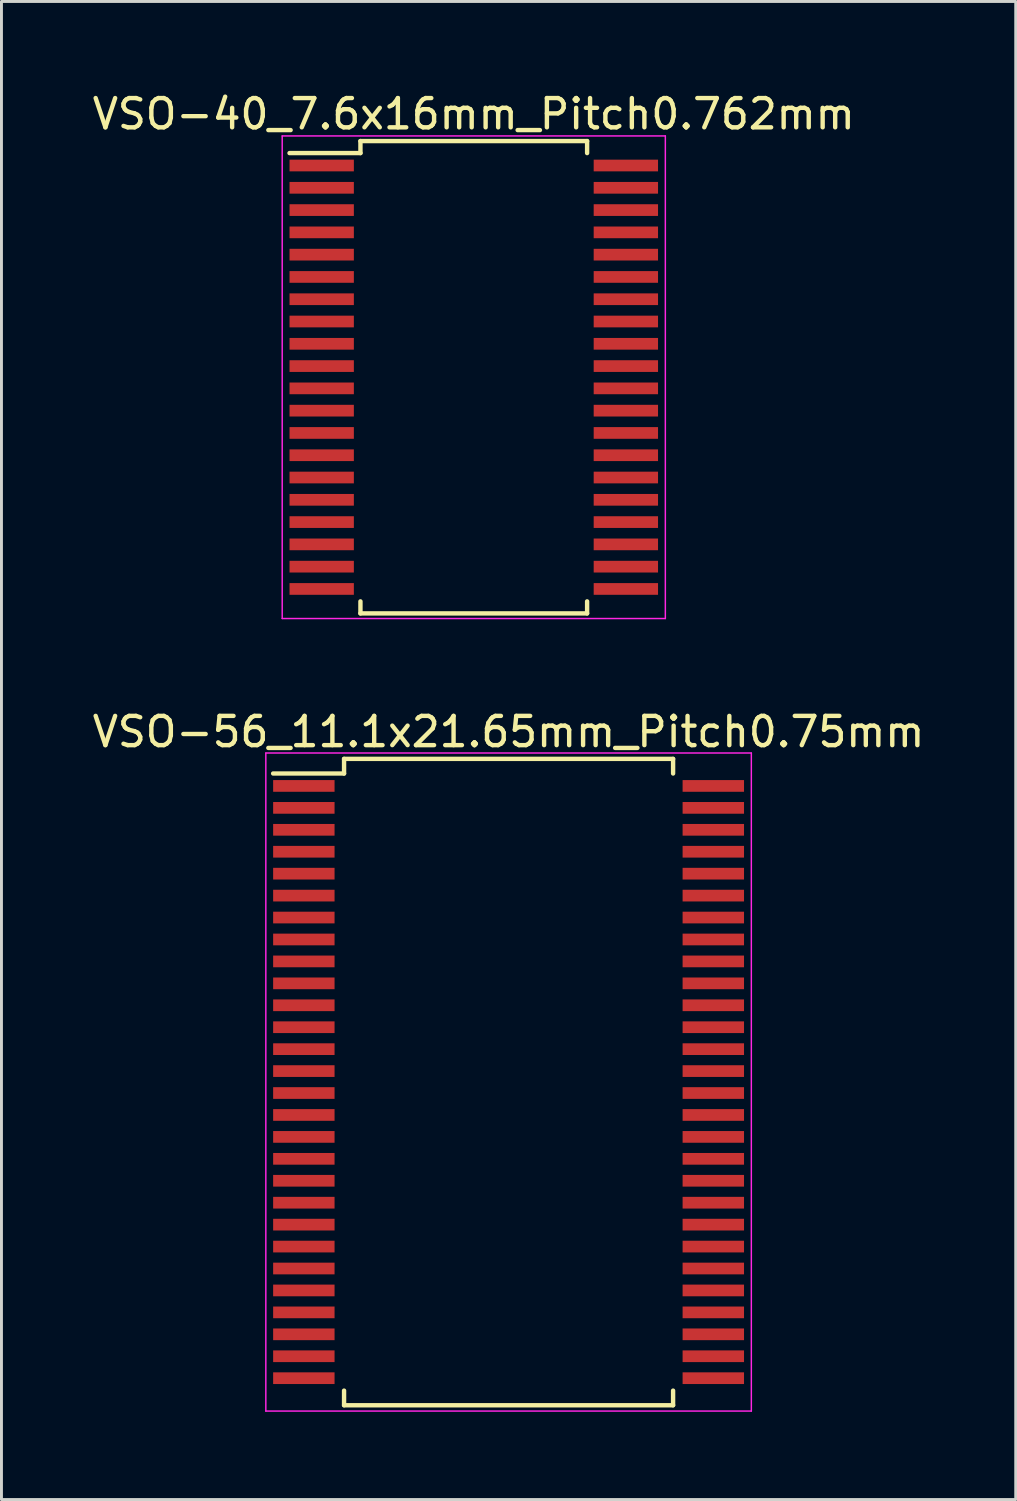
<source format=kicad_pcb>
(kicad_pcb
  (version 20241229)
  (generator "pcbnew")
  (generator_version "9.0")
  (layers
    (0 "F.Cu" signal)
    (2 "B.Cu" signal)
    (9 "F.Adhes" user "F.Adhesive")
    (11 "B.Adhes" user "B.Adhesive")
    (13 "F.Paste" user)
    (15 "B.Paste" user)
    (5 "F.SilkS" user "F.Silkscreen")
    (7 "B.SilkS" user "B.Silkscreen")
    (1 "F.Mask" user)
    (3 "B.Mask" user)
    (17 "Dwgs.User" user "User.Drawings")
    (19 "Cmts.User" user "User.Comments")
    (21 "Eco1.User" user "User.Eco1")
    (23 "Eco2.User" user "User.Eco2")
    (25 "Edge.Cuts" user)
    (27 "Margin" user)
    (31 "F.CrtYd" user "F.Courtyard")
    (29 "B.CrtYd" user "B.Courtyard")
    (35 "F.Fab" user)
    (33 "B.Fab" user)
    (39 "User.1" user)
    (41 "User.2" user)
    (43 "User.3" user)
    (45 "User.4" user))
  (footprint "VSO-40_7.6x16mm_Pitch0.762mm"
    (layer "F.Cu")
    (at 13.149 9.848)
    (property "Reference" "VSO-40_7.6x16mm_Pitch0.762mm" (at 0 -9 0) (layer "F.SilkS") (effects (font (size 1 1) (thickness 0.15))))
    (attr smd)
    (fp_line (start -3.875 -8.075) (end -3.875 -7.664) (stroke (width 0.15) (type solid)) (layer "F.SilkS"))
    (fp_line (start -3.875 -8.075) (end 3.875 -8.075) (stroke (width 0.15) (type solid)) (layer "F.SilkS"))
    (fp_line (start -3.875 -7.664) (end -6.3 -7.664) (stroke (width 0.15) (type solid)) (layer "F.SilkS"))
    (fp_line (start -3.875 8.075) (end -3.875 7.664) (stroke (width 0.15) (type solid)) (layer "F.SilkS"))
    (fp_line (start -3.875 8.075) (end 3.875 8.075) (stroke (width 0.15) (type solid)) (layer "F.SilkS"))
    (fp_line (start 3.875 -8.075) (end 3.875 -7.664) (stroke (width 0.15) (type solid)) (layer "F.SilkS"))
    (fp_line (start 3.875 8.075) (end 3.875 7.664) (stroke (width 0.15) (type solid)) (layer "F.SilkS"))
    (fp_line (start -6.55 -8.25) (end -6.55 8.25) (stroke (width 0.05) (type solid)) (layer "F.CrtYd"))
    (fp_line (start -6.55 -8.25) (end 6.55 -8.25) (stroke (width 0.05) (type solid)) (layer "F.CrtYd"))
    (fp_line (start -6.55 8.25) (end 6.55 8.25) (stroke (width 0.05) (type solid)) (layer "F.CrtYd"))
    (fp_line (start 6.55 -8.25) (end 6.55 8.25) (stroke (width 0.05) (type solid)) (layer "F.CrtYd"))
    (pad "1" smd rect (at -5.2 -7.239) (size 2.2 0.4) (layers "F.Cu" "F.Mask" "F.Paste"))
    (pad "2" smd rect (at -5.2 -6.477) (size 2.2 0.4) (layers "F.Cu" "F.Mask" "F.Paste"))
    (pad "3" smd rect (at -5.2 -5.715) (size 2.2 0.4) (layers "F.Cu" "F.Mask" "F.Paste"))
    (pad "4" smd rect (at -5.2 -4.953) (size 2.2 0.4) (layers "F.Cu" "F.Mask" "F.Paste"))
    (pad "5" smd rect (at -5.2 -4.191) (size 2.2 0.4) (layers "F.Cu" "F.Mask" "F.Paste"))
    (pad "6" smd rect (at -5.2 -3.429) (size 2.2 0.4) (layers "F.Cu" "F.Mask" "F.Paste"))
    (pad "7" smd rect (at -5.2 -2.667) (size 2.2 0.4) (layers "F.Cu" "F.Mask" "F.Paste"))
    (pad "8" smd rect (at -5.2 -1.905) (size 2.2 0.4) (layers "F.Cu" "F.Mask" "F.Paste"))
    (pad "9" smd rect (at -5.2 -1.143) (size 2.2 0.4) (layers "F.Cu" "F.Mask" "F.Paste"))
    (pad "10" smd rect (at -5.2 -0.381) (size 2.2 0.4) (layers "F.Cu" "F.Mask" "F.Paste"))
    (pad "11" smd rect (at -5.2 0.381) (size 2.2 0.4) (layers "F.Cu" "F.Mask" "F.Paste"))
    (pad "12" smd rect (at -5.2 1.143) (size 2.2 0.4) (layers "F.Cu" "F.Mask" "F.Paste"))
    (pad "13" smd rect (at -5.2 1.905) (size 2.2 0.4) (layers "F.Cu" "F.Mask" "F.Paste"))
    (pad "14" smd rect (at -5.2 2.667) (size 2.2 0.4) (layers "F.Cu" "F.Mask" "F.Paste"))
    (pad "15" smd rect (at -5.2 3.429) (size 2.2 0.4) (layers "F.Cu" "F.Mask" "F.Paste"))
    (pad "16" smd rect (at -5.2 4.191) (size 2.2 0.4) (layers "F.Cu" "F.Mask" "F.Paste"))
    (pad "17" smd rect (at -5.2 4.953) (size 2.2 0.4) (layers "F.Cu" "F.Mask" "F.Paste"))
    (pad "18" smd rect (at -5.2 5.715) (size 2.2 0.4) (layers "F.Cu" "F.Mask" "F.Paste"))
    (pad "19" smd rect (at -5.2 6.477) (size 2.2 0.4) (layers "F.Cu" "F.Mask" "F.Paste"))
    (pad "20" smd rect (at -5.2 7.239) (size 2.2 0.4) (layers "F.Cu" "F.Mask" "F.Paste"))
    (pad "21" smd rect (at 5.2 7.239) (size 2.2 0.4) (layers "F.Cu" "F.Mask" "F.Paste"))
    (pad "22" smd rect (at 5.2 6.477) (size 2.2 0.4) (layers "F.Cu" "F.Mask" "F.Paste"))
    (pad "23" smd rect (at 5.2 5.715) (size 2.2 0.4) (layers "F.Cu" "F.Mask" "F.Paste"))
    (pad "24" smd rect (at 5.2 4.953) (size 2.2 0.4) (layers "F.Cu" "F.Mask" "F.Paste"))
    (pad "25" smd rect (at 5.2 4.191) (size 2.2 0.4) (layers "F.Cu" "F.Mask" "F.Paste"))
    (pad "26" smd rect (at 5.2 3.429) (size 2.2 0.4) (layers "F.Cu" "F.Mask" "F.Paste"))
    (pad "27" smd rect (at 5.2 2.667) (size 2.2 0.4) (layers "F.Cu" "F.Mask" "F.Paste"))
    (pad "28" smd rect (at 5.2 1.905) (size 2.2 0.4) (layers "F.Cu" "F.Mask" "F.Paste"))
    (pad "29" smd rect (at 5.2 1.143) (size 2.2 0.4) (layers "F.Cu" "F.Mask" "F.Paste"))
    (pad "30" smd rect (at 5.2 0.381) (size 2.2 0.4) (layers "F.Cu" "F.Mask" "F.Paste"))
    (pad "31" smd rect (at 5.2 -0.381) (size 2.2 0.4) (layers "F.Cu" "F.Mask" "F.Paste"))
    (pad "32" smd rect (at 5.2 -1.143) (size 2.2 0.4) (layers "F.Cu" "F.Mask" "F.Paste"))
    (pad "33" smd rect (at 5.2 -1.905) (size 2.2 0.4) (layers "F.Cu" "F.Mask" "F.Paste"))
    (pad "34" smd rect (at 5.2 -2.667) (size 2.2 0.4) (layers "F.Cu" "F.Mask" "F.Paste"))
    (pad "35" smd rect (at 5.2 -3.429) (size 2.2 0.4) (layers "F.Cu" "F.Mask" "F.Paste"))
    (pad "36" smd rect (at 5.2 -4.191) (size 2.2 0.4) (layers "F.Cu" "F.Mask" "F.Paste"))
    (pad "37" smd rect (at 5.2 -4.953) (size 2.2 0.4) (layers "F.Cu" "F.Mask" "F.Paste"))
    (pad "38" smd rect (at 5.2 -5.715) (size 2.2 0.4) (layers "F.Cu" "F.Mask" "F.Paste"))
    (pad "39" smd rect (at 5.2 -6.477) (size 2.2 0.4) (layers "F.Cu" "F.Mask" "F.Paste"))
    (pad "40" smd rect (at 5.2 -7.239) (size 2.2 0.4) (layers "F.Cu" "F.Mask" "F.Paste")))
  (footprint "VSO-56_11.1x21.65mm_Pitch0.75mm"
    (layer "F.Cu")
    (at 14.339 33.947)
    (property "Reference" "VSO-56_11.1x21.65mm_Pitch0.75mm" (at 0 -11.975 0) (layer "F.SilkS") (effects (font (size 1 1) (thickness 0.15))))
    (attr smd)
    (fp_line (start -5.625 -11.05) (end -5.625 -10.55) (stroke (width 0.15) (type solid)) (layer "F.SilkS"))
    (fp_line (start -5.625 -11.05) (end 5.625 -11.05) (stroke (width 0.15) (type solid)) (layer "F.SilkS"))
    (fp_line (start -5.625 -10.55) (end -8.05 -10.55) (stroke (width 0.15) (type solid)) (layer "F.SilkS"))
    (fp_line (start -5.625 11.05) (end -5.625 10.55) (stroke (width 0.15) (type solid)) (layer "F.SilkS"))
    (fp_line (start -5.625 11.05) (end 5.625 11.05) (stroke (width 0.15) (type solid)) (layer "F.SilkS"))
    (fp_line (start 5.625 -11.05) (end 5.625 -10.55) (stroke (width 0.15) (type solid)) (layer "F.SilkS"))
    (fp_line (start 5.625 11.05) (end 5.625 10.55) (stroke (width 0.15) (type solid)) (layer "F.SilkS"))
    (fp_line (start -8.3 -11.25) (end -8.3 11.25) (stroke (width 0.05) (type solid)) (layer "F.CrtYd"))
    (fp_line (start -8.3 -11.25) (end 8.3 -11.25) (stroke (width 0.05) (type solid)) (layer "F.CrtYd"))
    (fp_line (start -8.3 11.25) (end 8.3 11.25) (stroke (width 0.05) (type solid)) (layer "F.CrtYd"))
    (fp_line (start 8.3 -11.25) (end 8.3 11.25) (stroke (width 0.05) (type solid)) (layer "F.CrtYd"))
    (pad "1" smd rect (at -7 -10.125) (size 2.1 0.4) (layers "F.Cu" "F.Mask" "F.Paste"))
    (pad "2" smd rect (at -7 -9.375) (size 2.1 0.4) (layers "F.Cu" "F.Mask" "F.Paste"))
    (pad "3" smd rect (at -7 -8.625) (size 2.1 0.4) (layers "F.Cu" "F.Mask" "F.Paste"))
    (pad "4" smd rect (at -7 -7.875) (size 2.1 0.4) (layers "F.Cu" "F.Mask" "F.Paste"))
    (pad "5" smd rect (at -7 -7.125) (size 2.1 0.4) (layers "F.Cu" "F.Mask" "F.Paste"))
    (pad "6" smd rect (at -7 -6.375) (size 2.1 0.4) (layers "F.Cu" "F.Mask" "F.Paste"))
    (pad "7" smd rect (at -7 -5.625) (size 2.1 0.4) (layers "F.Cu" "F.Mask" "F.Paste"))
    (pad "8" smd rect (at -7 -4.875) (size 2.1 0.4) (layers "F.Cu" "F.Mask" "F.Paste"))
    (pad "9" smd rect (at -7 -4.125) (size 2.1 0.4) (layers "F.Cu" "F.Mask" "F.Paste"))
    (pad "10" smd rect (at -7 -3.375) (size 2.1 0.4) (layers "F.Cu" "F.Mask" "F.Paste"))
    (pad "11" smd rect (at -7 -2.625) (size 2.1 0.4) (layers "F.Cu" "F.Mask" "F.Paste"))
    (pad "12" smd rect (at -7 -1.875) (size 2.1 0.4) (layers "F.Cu" "F.Mask" "F.Paste"))
    (pad "13" smd rect (at -7 -1.125) (size 2.1 0.4) (layers "F.Cu" "F.Mask" "F.Paste"))
    (pad "14" smd rect (at -7 -0.375) (size 2.1 0.4) (layers "F.Cu" "F.Mask" "F.Paste"))
    (pad "15" smd rect (at -7 0.375) (size 2.1 0.4) (layers "F.Cu" "F.Mask" "F.Paste"))
    (pad "16" smd rect (at -7 1.125) (size 2.1 0.4) (layers "F.Cu" "F.Mask" "F.Paste"))
    (pad "17" smd rect (at -7 1.875) (size 2.1 0.4) (layers "F.Cu" "F.Mask" "F.Paste"))
    (pad "18" smd rect (at -7 2.625) (size 2.1 0.4) (layers "F.Cu" "F.Mask" "F.Paste"))
    (pad "19" smd rect (at -7 3.375) (size 2.1 0.4) (layers "F.Cu" "F.Mask" "F.Paste"))
    (pad "20" smd rect (at -7 4.125) (size 2.1 0.4) (layers "F.Cu" "F.Mask" "F.Paste"))
    (pad "21" smd rect (at -7 4.875) (size 2.1 0.4) (layers "F.Cu" "F.Mask" "F.Paste"))
    (pad "22" smd rect (at -7 5.625) (size 2.1 0.4) (layers "F.Cu" "F.Mask" "F.Paste"))
    (pad "23" smd rect (at -7 6.375) (size 2.1 0.4) (layers "F.Cu" "F.Mask" "F.Paste"))
    (pad "24" smd rect (at -7 7.125) (size 2.1 0.4) (layers "F.Cu" "F.Mask" "F.Paste"))
    (pad "25" smd rect (at -7 7.875) (size 2.1 0.4) (layers "F.Cu" "F.Mask" "F.Paste"))
    (pad "26" smd rect (at -7 8.625) (size 2.1 0.4) (layers "F.Cu" "F.Mask" "F.Paste"))
    (pad "27" smd rect (at -7 9.375) (size 2.1 0.4) (layers "F.Cu" "F.Mask" "F.Paste"))
    (pad "28" smd rect (at -7 10.125) (size 2.1 0.4) (layers "F.Cu" "F.Mask" "F.Paste"))
    (pad "29" smd rect (at 7 10.125) (size 2.1 0.4) (layers "F.Cu" "F.Mask" "F.Paste"))
    (pad "30" smd rect (at 7 9.375) (size 2.1 0.4) (layers "F.Cu" "F.Mask" "F.Paste"))
    (pad "31" smd rect (at 7 8.625) (size 2.1 0.4) (layers "F.Cu" "F.Mask" "F.Paste"))
    (pad "32" smd rect (at 7 7.875) (size 2.1 0.4) (layers "F.Cu" "F.Mask" "F.Paste"))
    (pad "33" smd rect (at 7 7.125) (size 2.1 0.4) (layers "F.Cu" "F.Mask" "F.Paste"))
    (pad "34" smd rect (at 7 6.375) (size 2.1 0.4) (layers "F.Cu" "F.Mask" "F.Paste"))
    (pad "35" smd rect (at 7 5.625) (size 2.1 0.4) (layers "F.Cu" "F.Mask" "F.Paste"))
    (pad "36" smd rect (at 7 4.875) (size 2.1 0.4) (layers "F.Cu" "F.Mask" "F.Paste"))
    (pad "37" smd rect (at 7 4.125) (size 2.1 0.4) (layers "F.Cu" "F.Mask" "F.Paste"))
    (pad "38" smd rect (at 7 3.375) (size 2.1 0.4) (layers "F.Cu" "F.Mask" "F.Paste"))
    (pad "39" smd rect (at 7 2.625) (size 2.1 0.4) (layers "F.Cu" "F.Mask" "F.Paste"))
    (pad "40" smd rect (at 7 1.875) (size 2.1 0.4) (layers "F.Cu" "F.Mask" "F.Paste"))
    (pad "41" smd rect (at 7 1.125) (size 2.1 0.4) (layers "F.Cu" "F.Mask" "F.Paste"))
    (pad "42" smd rect (at 7 0.375) (size 2.1 0.4) (layers "F.Cu" "F.Mask" "F.Paste"))
    (pad "43" smd rect (at 7 -0.375) (size 2.1 0.4) (layers "F.Cu" "F.Mask" "F.Paste"))
    (pad "44" smd rect (at 7 -1.125) (size 2.1 0.4) (layers "F.Cu" "F.Mask" "F.Paste"))
    (pad "45" smd rect (at 7 -1.875) (size 2.1 0.4) (layers "F.Cu" "F.Mask" "F.Paste"))
    (pad "46" smd rect (at 7 -2.625) (size 2.1 0.4) (layers "F.Cu" "F.Mask" "F.Paste"))
    (pad "47" smd rect (at 7 -3.375) (size 2.1 0.4) (layers "F.Cu" "F.Mask" "F.Paste"))
    (pad "48" smd rect (at 7 -4.125) (size 2.1 0.4) (layers "F.Cu" "F.Mask" "F.Paste"))
    (pad "49" smd rect (at 7 -4.875) (size 2.1 0.4) (layers "F.Cu" "F.Mask" "F.Paste"))
    (pad "50" smd rect (at 7 -5.625) (size 2.1 0.4) (layers "F.Cu" "F.Mask" "F.Paste"))
    (pad "51" smd rect (at 7 -6.375) (size 2.1 0.4) (layers "F.Cu" "F.Mask" "F.Paste"))
    (pad "52" smd rect (at 7 -7.125) (size 2.1 0.4) (layers "F.Cu" "F.Mask" "F.Paste"))
    (pad "53" smd rect (at 7 -7.875) (size 2.1 0.4) (layers "F.Cu" "F.Mask" "F.Paste"))
    (pad "54" smd rect (at 7 -8.625) (size 2.1 0.4) (layers "F.Cu" "F.Mask" "F.Paste"))
    (pad "55" smd rect (at 7 -9.375) (size 2.1 0.4) (layers "F.Cu" "F.Mask" "F.Paste"))
    (pad "56" smd rect (at 7 -10.125) (size 2.1 0.4) (layers "F.Cu" "F.Mask" "F.Paste")))
  (gr_rect
    (start -3 -3)
    (end 31.679 48.221)
    (stroke (width 0.1) (type default))
    (fill no)
    (layer "Edge.Cuts")))
</source>
